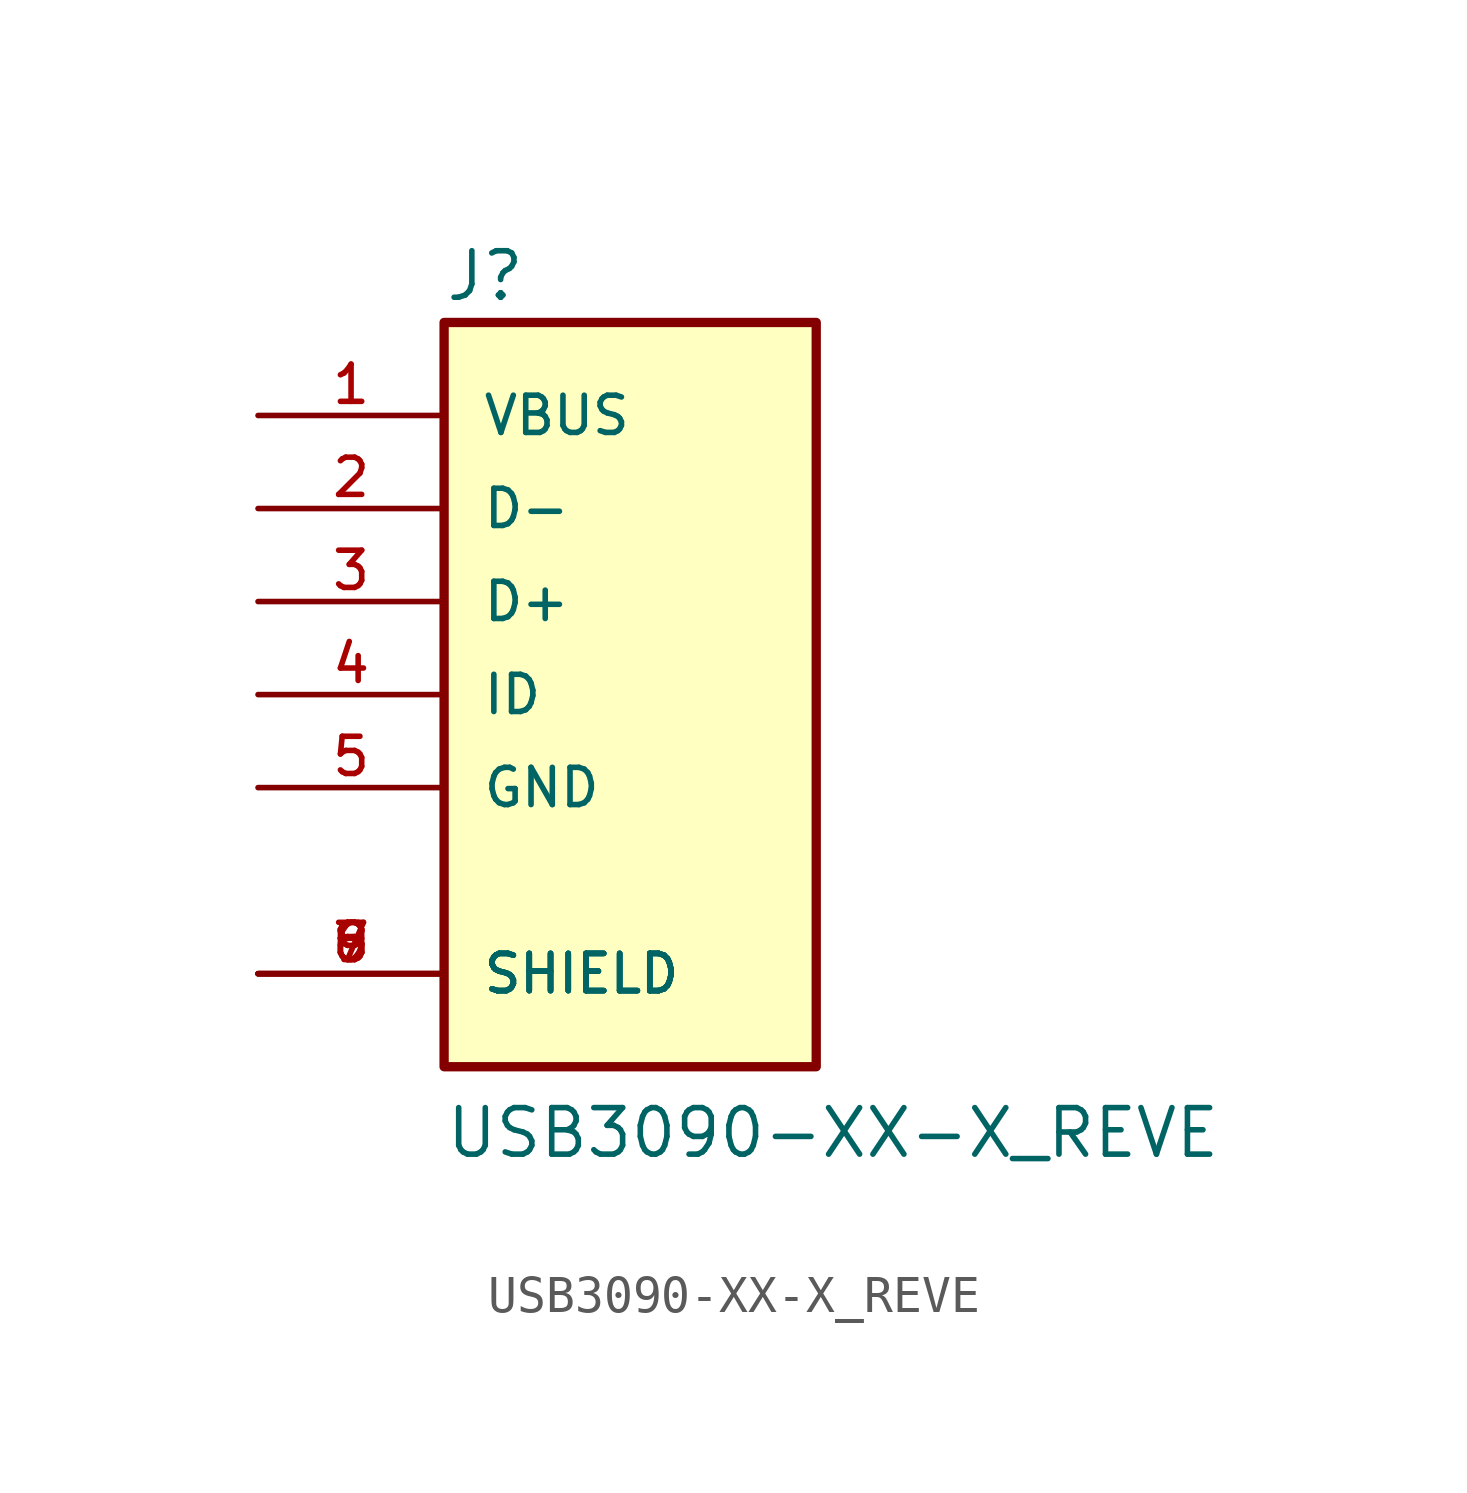
<source format=kicad_sym>
(kicad_symbol_lib
  (version 20211014)
  (generator kicad_symbol_editor)
  (symbol "USB3090-XX-X_REVE"
    (pin_names
      (offset 1.016))
    (property "Reference" "J"
      (at -5.088 10.685 0)
      (effects (font (size 1.27 1.27)) (justify bottom left)))
    (property "Value" "USB3090-XX-X_REVE"
      (at -5.084 -12.71 0)
      (effects (font (size 1.27 1.27)) (justify bottom left)))
    (symbol "USB3090-XX-X_REVE_0_0"
      (rectangle (start -5.08 -10.16) (end 5.08 10.16) (stroke (width 0.254)) (fill (type background)))
      (pin power_in line (at -10.16 7.62 0) (length 5.08) (name "VBUS" (effects (font (size 1.016 1.016)))) (number "1" (effects (font (size 1.016 1.016)))))
      (pin bidirectional line (at -10.16 5.08 0) (length 5.08) (name "D-" (effects (font (size 1.016 1.016)))) (number "2" (effects (font (size 1.016 1.016)))))
      (pin bidirectional line (at -10.16 2.54 0) (length 5.08) (name "D+" (effects (font (size 1.016 1.016)))) (number "3" (effects (font (size 1.016 1.016)))))
      (pin power_in line (at -10.16 -2.54 0) (length 5.08) (name "GND" (effects (font (size 1.016 1.016)))) (number "5" (effects (font (size 1.016 1.016)))))
      (pin power_in line (at -10.16 -7.62 0) (length 5.08) (name "SHIELD" (effects (font (size 1.016 1.016)))) (number "6" (effects (font (size 1.016 1.016)))))
      (pin power_in line (at -10.16 -7.62 0) (length 5.08) (name "SHIELD" (effects (font (size 1.016 1.016)))) (number "7" (effects (font (size 1.016 1.016)))))
      (pin power_in line (at -10.16 -7.62 0) (length 5.08) (name "SHIELD" (effects (font (size 1.016 1.016)))) (number "8" (effects (font (size 1.016 1.016)))))
      (pin power_in line (at -10.16 -7.62 0) (length 5.08) (name "SHIELD" (effects (font (size 1.016 1.016)))) (number "9" (effects (font (size 1.016 1.016)))))
      (pin bidirectional line (at -10.16 0.0 0) (length 5.08) (name "ID" (effects (font (size 1.016 1.016)))) (number "4" (effects (font (size 1.016 1.016))))))))
</source>
